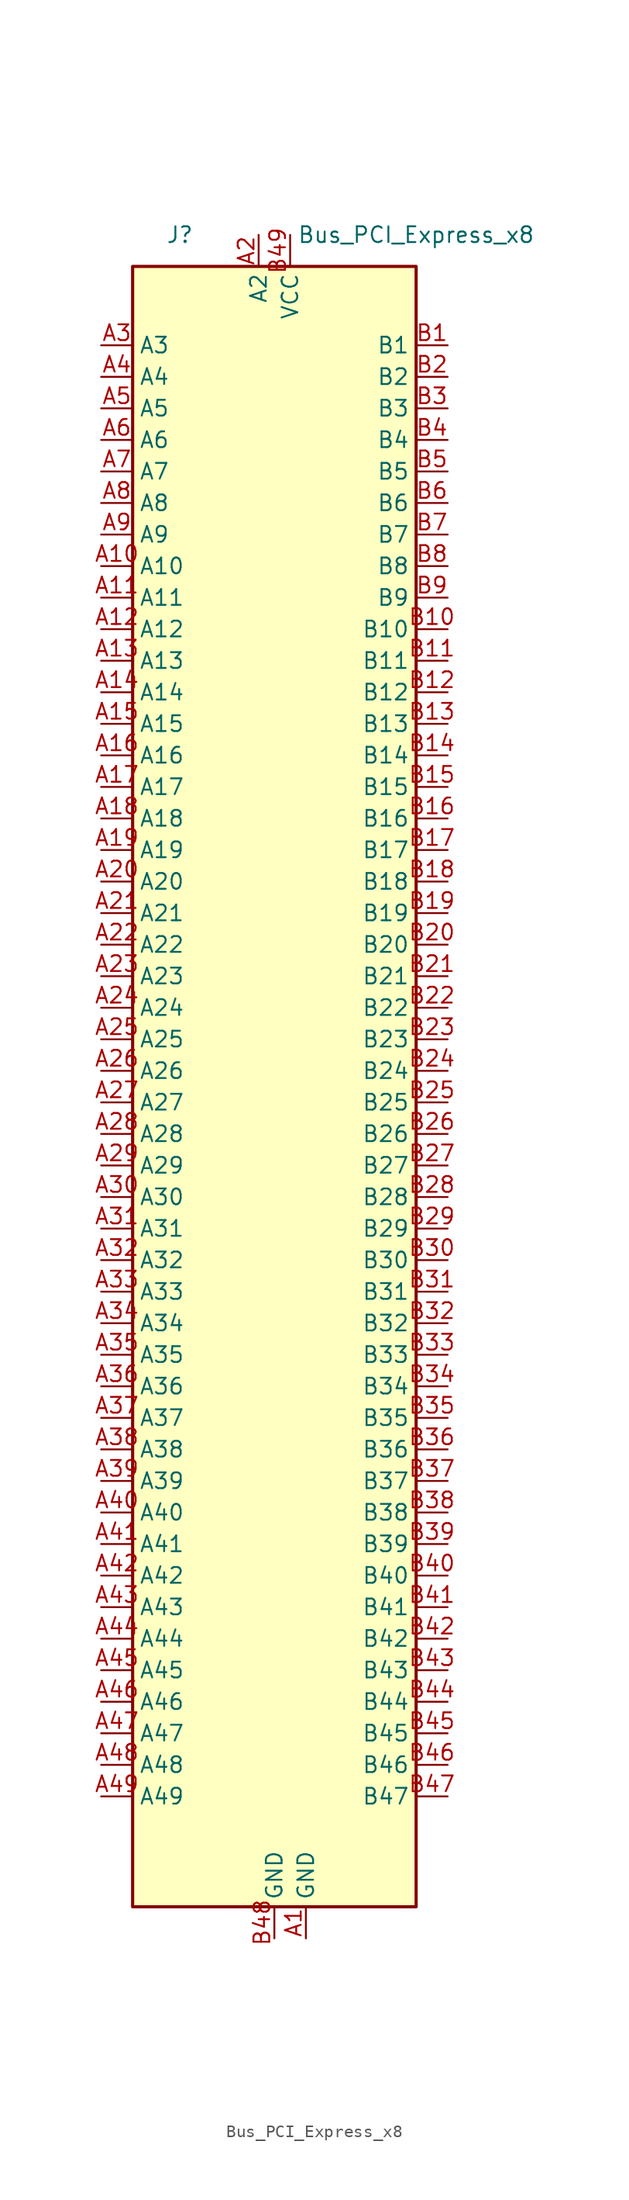
<source format=kicad_sym>
(kicad_symbol_lib
  (version 20211014)
  (generator kicad_symbol_editor)
  (symbol "Bus_PCI_Express_x8"
    (property "Reference" "J"
      (at -7.62 44.45 0)
      (effects (font (size 1.27 1.27))))
    (property "Value" "Bus_PCI_Express_x8"
      (at 11.43 44.45 0)
      (effects (font (size 1.27 1.27))))
    (symbol "Bus_PCI_Express_x8_0_1"
      (rectangle (start -11.43 41.91) (end 11.43 -90.17) (stroke (width 0.254) (type default) (color 0 0 0 0)) (fill (type background))))
    (symbol "Bus_PCI_Express_x8_1_1"
      (pin unspecified line (at 2.54 -92.71 90) (length 2.54) (name "GND" (effects (font (size 1.27 1.27)))) (number "A1" (effects (font (size 1.27 1.27)))))
      (pin unspecified line (at -13.97 17.78 0) (length 2.54) (name "A10" (effects (font (size 1.27 1.27)))) (number "A10" (effects (font (size 1.27 1.27)))))
      (pin unspecified line (at -13.97 15.24 0) (length 2.54) (name "A11" (effects (font (size 1.27 1.27)))) (number "A11" (effects (font (size 1.27 1.27)))))
      (pin unspecified line (at -13.97 12.7 0) (length 2.54) (name "A12" (effects (font (size 1.27 1.27)))) (number "A12" (effects (font (size 1.27 1.27)))))
      (pin unspecified line (at -13.97 10.16 0) (length 2.54) (name "A13" (effects (font (size 1.27 1.27)))) (number "A13" (effects (font (size 1.27 1.27)))))
      (pin unspecified line (at -13.97 7.62 0) (length 2.54) (name "A14" (effects (font (size 1.27 1.27)))) (number "A14" (effects (font (size 1.27 1.27)))))
      (pin unspecified line (at -13.97 5.08 0) (length 2.54) (name "A15" (effects (font (size 1.27 1.27)))) (number "A15" (effects (font (size 1.27 1.27)))))
      (pin unspecified line (at -13.97 2.54 0) (length 2.54) (name "A16" (effects (font (size 1.27 1.27)))) (number "A16" (effects (font (size 1.27 1.27)))))
      (pin unspecified line (at -13.97 0 0) (length 2.54) (name "A17" (effects (font (size 1.27 1.27)))) (number "A17" (effects (font (size 1.27 1.27)))))
      (pin unspecified line (at -13.97 -2.54 0) (length 2.54) (name "A18" (effects (font (size 1.27 1.27)))) (number "A18" (effects (font (size 1.27 1.27)))))
      (pin unspecified line (at -13.97 -5.08 0) (length 2.54) (name "A19" (effects (font (size 1.27 1.27)))) (number "A19" (effects (font (size 1.27 1.27)))))
      (pin unspecified line (at -1.27 44.45 270) (length 2.54) (name "A2" (effects (font (size 1.27 1.27)))) (number "A2" (effects (font (size 1.27 1.27)))))
      (pin unspecified line (at -13.97 -7.62 0) (length 2.54) (name "A20" (effects (font (size 1.27 1.27)))) (number "A20" (effects (font (size 1.27 1.27)))))
      (pin unspecified line (at -13.97 -10.16 0) (length 2.54) (name "A21" (effects (font (size 1.27 1.27)))) (number "A21" (effects (font (size 1.27 1.27)))))
      (pin unspecified line (at -13.97 -12.7 0) (length 2.54) (name "A22" (effects (font (size 1.27 1.27)))) (number "A22" (effects (font (size 1.27 1.27)))))
      (pin unspecified line (at -13.97 -15.24 0) (length 2.54) (name "A23" (effects (font (size 1.27 1.27)))) (number "A23" (effects (font (size 1.27 1.27)))))
      (pin unspecified line (at -13.97 -17.78 0) (length 2.54) (name "A24" (effects (font (size 1.27 1.27)))) (number "A24" (effects (font (size 1.27 1.27)))))
      (pin unspecified line (at -13.97 -20.32 0) (length 2.54) (name "A25" (effects (font (size 1.27 1.27)))) (number "A25" (effects (font (size 1.27 1.27)))))
      (pin unspecified line (at -13.97 -22.86 0) (length 2.54) (name "A26" (effects (font (size 1.27 1.27)))) (number "A26" (effects (font (size 1.27 1.27)))))
      (pin unspecified line (at -13.97 -25.4 0) (length 2.54) (name "A27" (effects (font (size 1.27 1.27)))) (number "A27" (effects (font (size 1.27 1.27)))))
      (pin unspecified line (at -13.97 -27.94 0) (length 2.54) (name "A28" (effects (font (size 1.27 1.27)))) (number "A28" (effects (font (size 1.27 1.27)))))
      (pin unspecified line (at -13.97 -30.48 0) (length 2.54) (name "A29" (effects (font (size 1.27 1.27)))) (number "A29" (effects (font (size 1.27 1.27)))))
      (pin unspecified line (at -13.97 35.56 0) (length 2.54) (name "A3" (effects (font (size 1.27 1.27)))) (number "A3" (effects (font (size 1.27 1.27)))))
      (pin unspecified line (at -13.97 -33.02 0) (length 2.54) (name "A30" (effects (font (size 1.27 1.27)))) (number "A30" (effects (font (size 1.27 1.27)))))
      (pin unspecified line (at -13.97 -35.56 0) (length 2.54) (name "A31" (effects (font (size 1.27 1.27)))) (number "A31" (effects (font (size 1.27 1.27)))))
      (pin unspecified line (at -13.97 -38.1 0) (length 2.54) (name "A32" (effects (font (size 1.27 1.27)))) (number "A32" (effects (font (size 1.27 1.27)))))
      (pin unspecified line (at -13.97 -40.64 0) (length 2.54) (name "A33" (effects (font (size 1.27 1.27)))) (number "A33" (effects (font (size 1.27 1.27)))))
      (pin unspecified line (at -13.97 -43.18 0) (length 2.54) (name "A34" (effects (font (size 1.27 1.27)))) (number "A34" (effects (font (size 1.27 1.27)))))
      (pin unspecified line (at -13.97 -45.72 0) (length 2.54) (name "A35" (effects (font (size 1.27 1.27)))) (number "A35" (effects (font (size 1.27 1.27)))))
      (pin unspecified line (at -13.97 -48.26 0) (length 2.54) (name "A36" (effects (font (size 1.27 1.27)))) (number "A36" (effects (font (size 1.27 1.27)))))
      (pin unspecified line (at -13.97 -50.8 0) (length 2.54) (name "A37" (effects (font (size 1.27 1.27)))) (number "A37" (effects (font (size 1.27 1.27)))))
      (pin unspecified line (at -13.97 -53.34 0) (length 2.54) (name "A38" (effects (font (size 1.27 1.27)))) (number "A38" (effects (font (size 1.27 1.27)))))
      (pin unspecified line (at -13.97 -55.88 0) (length 2.54) (name "A39" (effects (font (size 1.27 1.27)))) (number "A39" (effects (font (size 1.27 1.27)))))
      (pin unspecified line (at -13.97 33.02 0) (length 2.54) (name "A4" (effects (font (size 1.27 1.27)))) (number "A4" (effects (font (size 1.27 1.27)))))
      (pin unspecified line (at -13.97 -58.42 0) (length 2.54) (name "A40" (effects (font (size 1.27 1.27)))) (number "A40" (effects (font (size 1.27 1.27)))))
      (pin unspecified line (at -13.97 -60.96 0) (length 2.54) (name "A41" (effects (font (size 1.27 1.27)))) (number "A41" (effects (font (size 1.27 1.27)))))
      (pin unspecified line (at -13.97 -63.5 0) (length 2.54) (name "A42" (effects (font (size 1.27 1.27)))) (number "A42" (effects (font (size 1.27 1.27)))))
      (pin unspecified line (at -13.97 -66.04 0) (length 2.54) (name "A43" (effects (font (size 1.27 1.27)))) (number "A43" (effects (font (size 1.27 1.27)))))
      (pin unspecified line (at -13.97 -68.58 0) (length 2.54) (name "A44" (effects (font (size 1.27 1.27)))) (number "A44" (effects (font (size 1.27 1.27)))))
      (pin unspecified line (at -13.97 -71.12 0) (length 2.54) (name "A45" (effects (font (size 1.27 1.27)))) (number "A45" (effects (font (size 1.27 1.27)))))
      (pin unspecified line (at -13.97 -73.66 0) (length 2.54) (name "A46" (effects (font (size 1.27 1.27)))) (number "A46" (effects (font (size 1.27 1.27)))))
      (pin unspecified line (at -13.97 -76.2 0) (length 2.54) (name "A47" (effects (font (size 1.27 1.27)))) (number "A47" (effects (font (size 1.27 1.27)))))
      (pin unspecified line (at -13.97 -78.74 0) (length 2.54) (name "A48" (effects (font (size 1.27 1.27)))) (number "A48" (effects (font (size 1.27 1.27)))))
      (pin unspecified line (at -13.97 -81.28 0) (length 2.54) (name "A49" (effects (font (size 1.27 1.27)))) (number "A49" (effects (font (size 1.27 1.27)))))
      (pin unspecified line (at -13.97 30.48 0) (length 2.54) (name "A5" (effects (font (size 1.27 1.27)))) (number "A5" (effects (font (size 1.27 1.27)))))
      (pin unspecified line (at -13.97 27.94 0) (length 2.54) (name "A6" (effects (font (size 1.27 1.27)))) (number "A6" (effects (font (size 1.27 1.27)))))
      (pin unspecified line (at -13.97 25.4 0) (length 2.54) (name "A7" (effects (font (size 1.27 1.27)))) (number "A7" (effects (font (size 1.27 1.27)))))
      (pin unspecified line (at -13.97 22.86 0) (length 2.54) (name "A8" (effects (font (size 1.27 1.27)))) (number "A8" (effects (font (size 1.27 1.27)))))
      (pin unspecified line (at -13.97 20.32 0) (length 2.54) (name "A9" (effects (font (size 1.27 1.27)))) (number "A9" (effects (font (size 1.27 1.27)))))
      (pin unspecified line (at 13.97 35.56 180) (length 2.54) (name "B1" (effects (font (size 1.27 1.27)))) (number "B1" (effects (font (size 1.27 1.27)))))
      (pin unspecified line (at 13.97 12.7 180) (length 2.54) (name "B10" (effects (font (size 1.27 1.27)))) (number "B10" (effects (font (size 1.27 1.27)))))
      (pin unspecified line (at 13.97 10.16 180) (length 2.54) (name "B11" (effects (font (size 1.27 1.27)))) (number "B11" (effects (font (size 1.27 1.27)))))
      (pin unspecified line (at 13.97 7.62 180) (length 2.54) (name "B12" (effects (font (size 1.27 1.27)))) (number "B12" (effects (font (size 1.27 1.27)))))
      (pin unspecified line (at 13.97 5.08 180) (length 2.54) (name "B13" (effects (font (size 1.27 1.27)))) (number "B13" (effects (font (size 1.27 1.27)))))
      (pin unspecified line (at 13.97 2.54 180) (length 2.54) (name "B14" (effects (font (size 1.27 1.27)))) (number "B14" (effects (font (size 1.27 1.27)))))
      (pin unspecified line (at 13.97 0 180) (length 2.54) (name "B15" (effects (font (size 1.27 1.27)))) (number "B15" (effects (font (size 1.27 1.27)))))
      (pin unspecified line (at 13.97 -2.54 180) (length 2.54) (name "B16" (effects (font (size 1.27 1.27)))) (number "B16" (effects (font (size 1.27 1.27)))))
      (pin unspecified line (at 13.97 -5.08 180) (length 2.54) (name "B17" (effects (font (size 1.27 1.27)))) (number "B17" (effects (font (size 1.27 1.27)))))
      (pin unspecified line (at 13.97 -7.62 180) (length 2.54) (name "B18" (effects (font (size 1.27 1.27)))) (number "B18" (effects (font (size 1.27 1.27)))))
      (pin unspecified line (at 13.97 -10.16 180) (length 2.54) (name "B19" (effects (font (size 1.27 1.27)))) (number "B19" (effects (font (size 1.27 1.27)))))
      (pin unspecified line (at 13.97 33.02 180) (length 2.54) (name "B2" (effects (font (size 1.27 1.27)))) (number "B2" (effects (font (size 1.27 1.27)))))
      (pin unspecified line (at 13.97 -12.7 180) (length 2.54) (name "B20" (effects (font (size 1.27 1.27)))) (number "B20" (effects (font (size 1.27 1.27)))))
      (pin unspecified line (at 13.97 -15.24 180) (length 2.54) (name "B21" (effects (font (size 1.27 1.27)))) (number "B21" (effects (font (size 1.27 1.27)))))
      (pin unspecified line (at 13.97 -17.78 180) (length 2.54) (name "B22" (effects (font (size 1.27 1.27)))) (number "B22" (effects (font (size 1.27 1.27)))))
      (pin unspecified line (at 13.97 -20.32 180) (length 2.54) (name "B23" (effects (font (size 1.27 1.27)))) (number "B23" (effects (font (size 1.27 1.27)))))
      (pin unspecified line (at 13.97 -22.86 180) (length 2.54) (name "B24" (effects (font (size 1.27 1.27)))) (number "B24" (effects (font (size 1.27 1.27)))))
      (pin unspecified line (at 13.97 -25.4 180) (length 2.54) (name "B25" (effects (font (size 1.27 1.27)))) (number "B25" (effects (font (size 1.27 1.27)))))
      (pin unspecified line (at 13.97 -27.94 180) (length 2.54) (name "B26" (effects (font (size 1.27 1.27)))) (number "B26" (effects (font (size 1.27 1.27)))))
      (pin unspecified line (at 13.97 -30.48 180) (length 2.54) (name "B27" (effects (font (size 1.27 1.27)))) (number "B27" (effects (font (size 1.27 1.27)))))
      (pin unspecified line (at 13.97 -33.02 180) (length 2.54) (name "B28" (effects (font (size 1.27 1.27)))) (number "B28" (effects (font (size 1.27 1.27)))))
      (pin unspecified line (at 13.97 -35.56 180) (length 2.54) (name "B29" (effects (font (size 1.27 1.27)))) (number "B29" (effects (font (size 1.27 1.27)))))
      (pin unspecified line (at 13.97 30.48 180) (length 2.54) (name "B3" (effects (font (size 1.27 1.27)))) (number "B3" (effects (font (size 1.27 1.27)))))
      (pin unspecified line (at 13.97 -38.1 180) (length 2.54) (name "B30" (effects (font (size 1.27 1.27)))) (number "B30" (effects (font (size 1.27 1.27)))))
      (pin unspecified line (at 13.97 -40.64 180) (length 2.54) (name "B31" (effects (font (size 1.27 1.27)))) (number "B31" (effects (font (size 1.27 1.27)))))
      (pin unspecified line (at 13.97 -43.18 180) (length 2.54) (name "B32" (effects (font (size 1.27 1.27)))) (number "B32" (effects (font (size 1.27 1.27)))))
      (pin unspecified line (at 13.97 -45.72 180) (length 2.54) (name "B33" (effects (font (size 1.27 1.27)))) (number "B33" (effects (font (size 1.27 1.27)))))
      (pin unspecified line (at 13.97 -48.26 180) (length 2.54) (name "B34" (effects (font (size 1.27 1.27)))) (number "B34" (effects (font (size 1.27 1.27)))))
      (pin unspecified line (at 13.97 -50.8 180) (length 2.54) (name "B35" (effects (font (size 1.27 1.27)))) (number "B35" (effects (font (size 1.27 1.27)))))
      (pin unspecified line (at 13.97 -53.34 180) (length 2.54) (name "B36" (effects (font (size 1.27 1.27)))) (number "B36" (effects (font (size 1.27 1.27)))))
      (pin unspecified line (at 13.97 -55.88 180) (length 2.54) (name "B37" (effects (font (size 1.27 1.27)))) (number "B37" (effects (font (size 1.27 1.27)))))
      (pin unspecified line (at 13.97 -58.42 180) (length 2.54) (name "B38" (effects (font (size 1.27 1.27)))) (number "B38" (effects (font (size 1.27 1.27)))))
      (pin unspecified line (at 13.97 -60.96 180) (length 2.54) (name "B39" (effects (font (size 1.27 1.27)))) (number "B39" (effects (font (size 1.27 1.27)))))
      (pin unspecified line (at 13.97 27.94 180) (length 2.54) (name "B4" (effects (font (size 1.27 1.27)))) (number "B4" (effects (font (size 1.27 1.27)))))
      (pin unspecified line (at 13.97 -63.5 180) (length 2.54) (name "B40" (effects (font (size 1.27 1.27)))) (number "B40" (effects (font (size 1.27 1.27)))))
      (pin unspecified line (at 13.97 -66.04 180) (length 2.54) (name "B41" (effects (font (size 1.27 1.27)))) (number "B41" (effects (font (size 1.27 1.27)))))
      (pin unspecified line (at 13.97 -68.58 180) (length 2.54) (name "B42" (effects (font (size 1.27 1.27)))) (number "B42" (effects (font (size 1.27 1.27)))))
      (pin unspecified line (at 13.97 -71.12 180) (length 2.54) (name "B43" (effects (font (size 1.27 1.27)))) (number "B43" (effects (font (size 1.27 1.27)))))
      (pin unspecified line (at 13.97 -73.66 180) (length 2.54) (name "B44" (effects (font (size 1.27 1.27)))) (number "B44" (effects (font (size 1.27 1.27)))))
      (pin unspecified line (at 13.97 -76.2 180) (length 2.54) (name "B45" (effects (font (size 1.27 1.27)))) (number "B45" (effects (font (size 1.27 1.27)))))
      (pin unspecified line (at 13.97 -78.74 180) (length 2.54) (name "B46" (effects (font (size 1.27 1.27)))) (number "B46" (effects (font (size 1.27 1.27)))))
      (pin unspecified line (at 13.97 -81.28 180) (length 2.54) (name "B47" (effects (font (size 1.27 1.27)))) (number "B47" (effects (font (size 1.27 1.27)))))
      (pin power_in line (at 0 -92.71 90) (length 2.54) (name "GND" (effects (font (size 1.27 1.27)))) (number "B48" (effects (font (size 1.27 1.27)))))
      (pin power_in line (at 1.27 44.45 270) (length 2.54) (name "VCC" (effects (font (size 1.27 1.27)))) (number "B49" (effects (font (size 1.27 1.27)))))
      (pin unspecified line (at 13.97 25.4 180) (length 2.54) (name "B5" (effects (font (size 1.27 1.27)))) (number "B5" (effects (font (size 1.27 1.27)))))
      (pin unspecified line (at 13.97 22.86 180) (length 2.54) (name "B6" (effects (font (size 1.27 1.27)))) (number "B6" (effects (font (size 1.27 1.27)))))
      (pin unspecified line (at 13.97 20.32 180) (length 2.54) (name "B7" (effects (font (size 1.27 1.27)))) (number "B7" (effects (font (size 1.27 1.27)))))
      (pin unspecified line (at 13.97 17.78 180) (length 2.54) (name "B8" (effects (font (size 1.27 1.27)))) (number "B8" (effects (font (size 1.27 1.27)))))
      (pin unspecified line (at 13.97 15.24 180) (length 2.54) (name "B9" (effects (font (size 1.27 1.27)))) (number "B9" (effects (font (size 1.27 1.27))))))))
</source>
